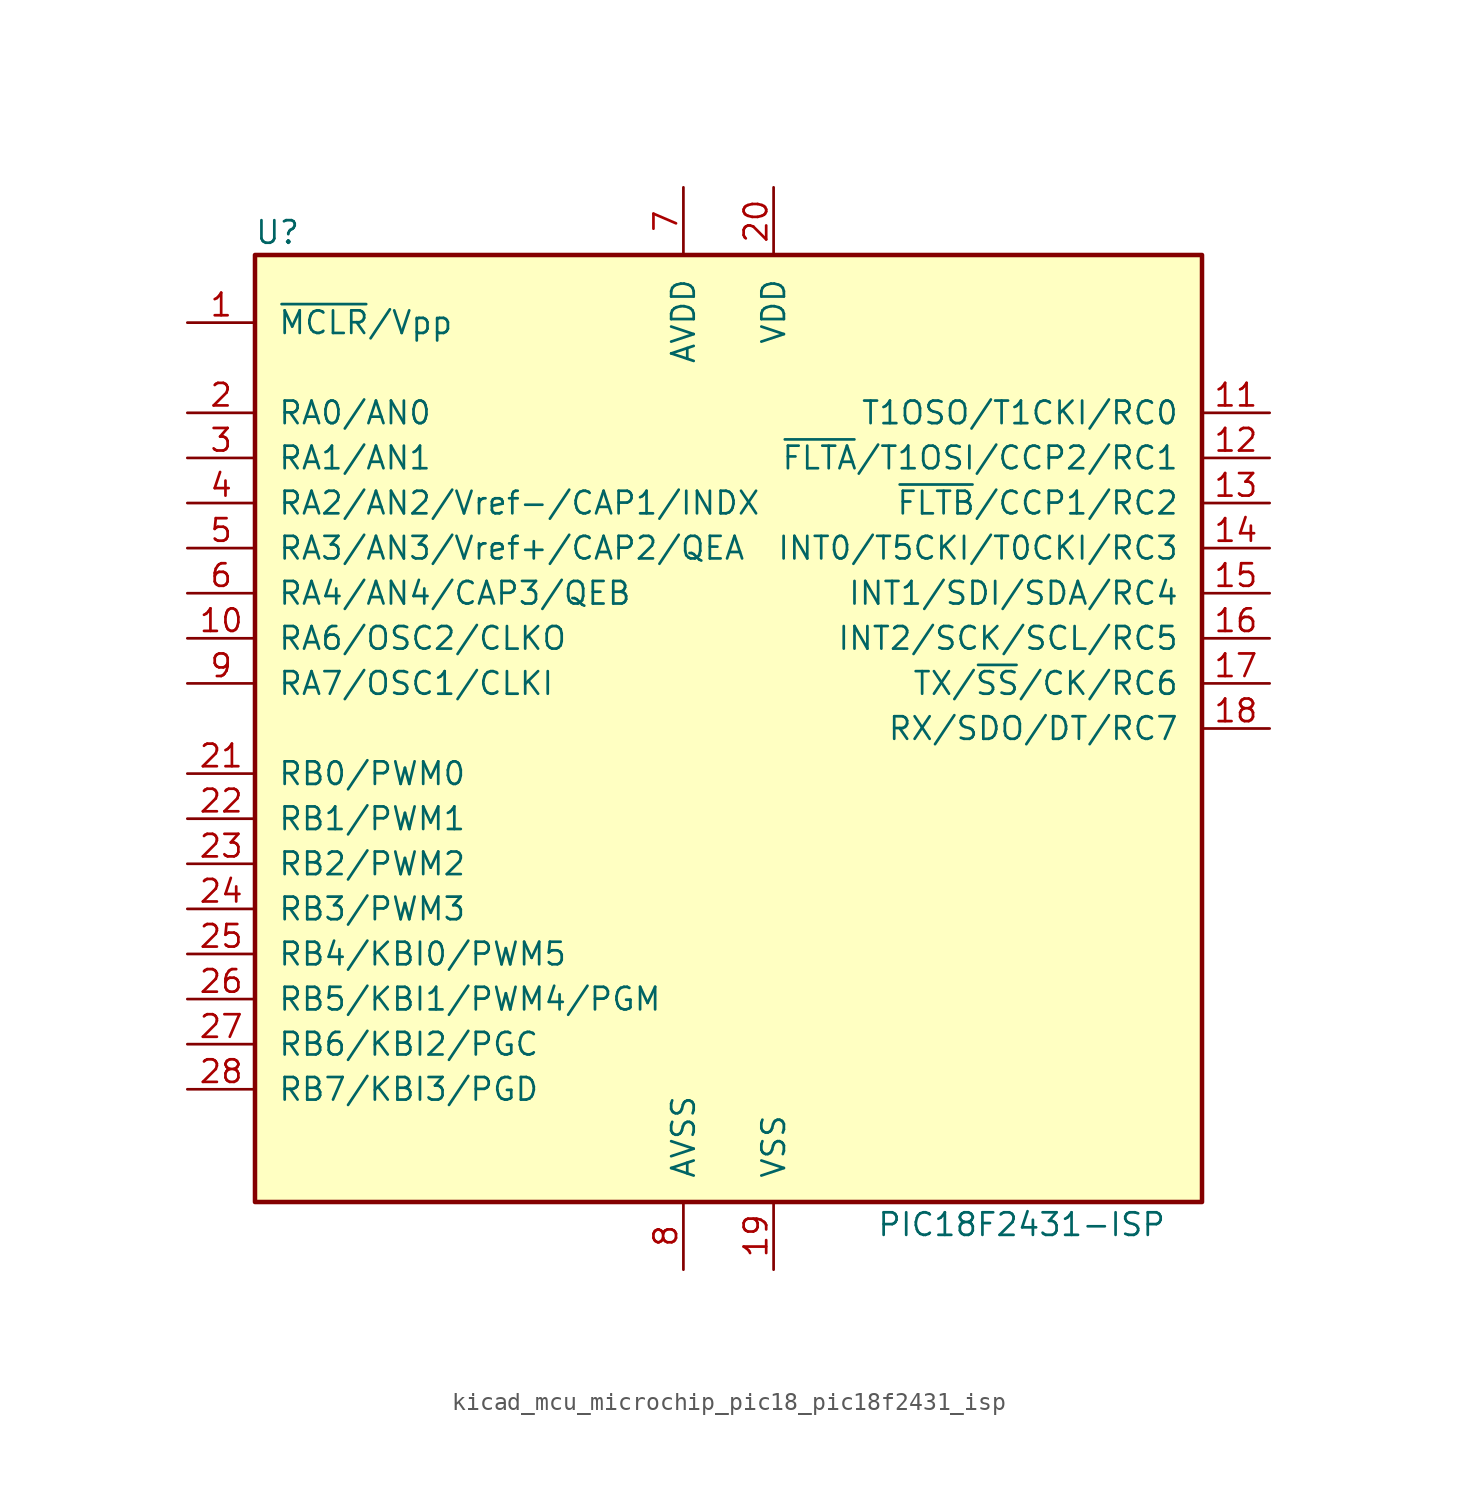
<source format=kicad_sym>
(kicad_symbol_lib
  (version 20220914)
  (generator kicad_symbol_editor)
  (symbol "kicad_mcu_microchip_pic18_pic18f2431_isp"
    (pin_names
      (offset 1.27))
    (property "Reference" "U"
      (at -25.4 27.94 0)
      (effects (font (size 1.27 1.27))))
    (property "Value" "PIC18F2431-ISP"
      (at 16.51 -27.94 0)
      (effects (font (size 1.27 1.27))))
    (symbol "kicad_mcu_microchip_pic18_pic18f2431_isp_0_1"
      (rectangle (start -26.67 26.67) (end 26.67 -26.67) (stroke (width 0.254) (type default)) (fill (type background))))
    (symbol "kicad_mcu_microchip_pic18_pic18f2431_isp_1_1"
      (pin input line (at -30.48 22.86 0) (length 3.81) (name "~{MCLR}/Vpp" (effects (font (size 1.27 1.27)))) (number "1" (effects (font (size 1.27 1.27)))))
      (pin bidirectional line (at -30.48 5.08 0) (length 3.81) (name "RA6/OSC2/CLKO" (effects (font (size 1.27 1.27)))) (number "10" (effects (font (size 1.27 1.27)))))
      (pin bidirectional line (at 30.48 17.78 180) (length 3.81) (name "T1OSO/T1CKI/RC0" (effects (font (size 1.27 1.27)))) (number "11" (effects (font (size 1.27 1.27)))))
      (pin bidirectional line (at 30.48 15.24 180) (length 3.81) (name "~{FLTA}/T1OSI/CCP2/RC1" (effects (font (size 1.27 1.27)))) (number "12" (effects (font (size 1.27 1.27)))))
      (pin bidirectional line (at 30.48 12.7 180) (length 3.81) (name "~{FLTB}/CCP1/RC2" (effects (font (size 1.27 1.27)))) (number "13" (effects (font (size 1.27 1.27)))))
      (pin bidirectional line (at 30.48 10.16 180) (length 3.81) (name "INT0/T5CKI/T0CKI/RC3" (effects (font (size 1.27 1.27)))) (number "14" (effects (font (size 1.27 1.27)))))
      (pin bidirectional line (at 30.48 7.62 180) (length 3.81) (name "INT1/SDI/SDA/RC4" (effects (font (size 1.27 1.27)))) (number "15" (effects (font (size 1.27 1.27)))))
      (pin bidirectional line (at 30.48 5.08 180) (length 3.81) (name "INT2/SCK/SCL/RC5" (effects (font (size 1.27 1.27)))) (number "16" (effects (font (size 1.27 1.27)))))
      (pin bidirectional line (at 30.48 2.54 180) (length 3.81) (name "TX/~{SS}/CK/RC6" (effects (font (size 1.27 1.27)))) (number "17" (effects (font (size 1.27 1.27)))))
      (pin bidirectional line (at 30.48 0 180) (length 3.81) (name "RX/SDO/DT/RC7" (effects (font (size 1.27 1.27)))) (number "18" (effects (font (size 1.27 1.27)))))
      (pin power_in line (at 2.54 -30.48 90) (length 3.81) (name "VSS" (effects (font (size 1.27 1.27)))) (number "19" (effects (font (size 1.27 1.27)))))
      (pin bidirectional line (at -30.48 17.78 0) (length 3.81) (name "RA0/AN0" (effects (font (size 1.27 1.27)))) (number "2" (effects (font (size 1.27 1.27)))))
      (pin power_in line (at 2.54 30.48 270) (length 3.81) (name "VDD" (effects (font (size 1.27 1.27)))) (number "20" (effects (font (size 1.27 1.27)))))
      (pin bidirectional line (at -30.48 -2.54 0) (length 3.81) (name "RB0/PWM0" (effects (font (size 1.27 1.27)))) (number "21" (effects (font (size 1.27 1.27)))))
      (pin bidirectional line (at -30.48 -5.08 0) (length 3.81) (name "RB1/PWM1" (effects (font (size 1.27 1.27)))) (number "22" (effects (font (size 1.27 1.27)))))
      (pin bidirectional line (at -30.48 -7.62 0) (length 3.81) (name "RB2/PWM2" (effects (font (size 1.27 1.27)))) (number "23" (effects (font (size 1.27 1.27)))))
      (pin bidirectional line (at -30.48 -10.16 0) (length 3.81) (name "RB3/PWM3" (effects (font (size 1.27 1.27)))) (number "24" (effects (font (size 1.27 1.27)))))
      (pin bidirectional line (at -30.48 -12.7 0) (length 3.81) (name "RB4/KBI0/PWM5" (effects (font (size 1.27 1.27)))) (number "25" (effects (font (size 1.27 1.27)))))
      (pin bidirectional line (at -30.48 -15.24 0) (length 3.81) (name "RB5/KBI1/PWM4/PGM" (effects (font (size 1.27 1.27)))) (number "26" (effects (font (size 1.27 1.27)))))
      (pin bidirectional line (at -30.48 -17.78 0) (length 3.81) (name "RB6/KBI2/PGC" (effects (font (size 1.27 1.27)))) (number "27" (effects (font (size 1.27 1.27)))))
      (pin bidirectional line (at -30.48 -20.32 0) (length 3.81) (name "RB7/KBI3/PGD" (effects (font (size 1.27 1.27)))) (number "28" (effects (font (size 1.27 1.27)))))
      (pin bidirectional line (at -30.48 15.24 0) (length 3.81) (name "RA1/AN1" (effects (font (size 1.27 1.27)))) (number "3" (effects (font (size 1.27 1.27)))))
      (pin bidirectional line (at -30.48 12.7 0) (length 3.81) (name "RA2/AN2/Vref-/CAP1/INDX" (effects (font (size 1.27 1.27)))) (number "4" (effects (font (size 1.27 1.27)))))
      (pin bidirectional line (at -30.48 10.16 0) (length 3.81) (name "RA3/AN3/Vref+/CAP2/QEA" (effects (font (size 1.27 1.27)))) (number "5" (effects (font (size 1.27 1.27)))))
      (pin bidirectional line (at -30.48 7.62 0) (length 3.81) (name "RA4/AN4/CAP3/QEB" (effects (font (size 1.27 1.27)))) (number "6" (effects (font (size 1.27 1.27)))))
      (pin power_in line (at -2.54 30.48 270) (length 3.81) (name "AVDD" (effects (font (size 1.27 1.27)))) (number "7" (effects (font (size 1.27 1.27)))))
      (pin power_in line (at -2.54 -30.48 90) (length 3.81) (name "AVSS" (effects (font (size 1.27 1.27)))) (number "8" (effects (font (size 1.27 1.27)))))
      (pin bidirectional line (at -30.48 2.54 0) (length 3.81) (name "RA7/OSC1/CLKI" (effects (font (size 1.27 1.27)))) (number "9" (effects (font (size 1.27 1.27))))))))
</source>
